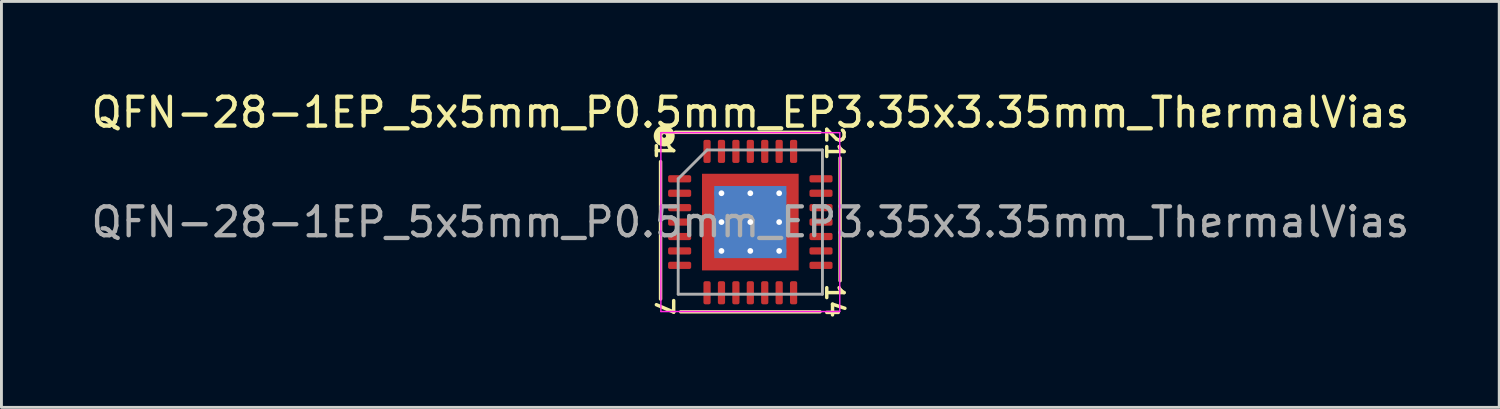
<source format=kicad_pcb>
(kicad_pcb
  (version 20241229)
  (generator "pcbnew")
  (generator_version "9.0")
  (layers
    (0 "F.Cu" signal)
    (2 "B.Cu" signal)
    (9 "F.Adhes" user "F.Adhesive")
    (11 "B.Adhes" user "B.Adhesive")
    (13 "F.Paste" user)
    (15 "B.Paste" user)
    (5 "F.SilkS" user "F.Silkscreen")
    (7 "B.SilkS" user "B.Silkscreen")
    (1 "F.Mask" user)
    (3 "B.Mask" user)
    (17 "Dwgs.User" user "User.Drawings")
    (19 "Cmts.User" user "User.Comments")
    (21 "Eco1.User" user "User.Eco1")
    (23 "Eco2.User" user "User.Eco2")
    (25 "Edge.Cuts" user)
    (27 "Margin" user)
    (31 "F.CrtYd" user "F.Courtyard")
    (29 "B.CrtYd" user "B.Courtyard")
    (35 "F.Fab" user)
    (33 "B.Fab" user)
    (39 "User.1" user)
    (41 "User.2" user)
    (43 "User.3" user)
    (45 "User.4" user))
  (footprint "QFN-28-1EP_5x5mm_P0.5mm_EP3.35x3.35mm_ThermalVias"
    (layer "F.Cu")
    (at 22.958 4.648)
    (property "Reference" "QFN-28-1EP_5x5mm_P0.5mm_EP3.35x3.35mm_ThermalVias" (at 0 -3.8 0) (layer "F.SilkS") (effects (font (size 1 1) (thickness 0.15))))
    (attr smd)
    (fp_line (start -3.111 -2.095) (end -3.111 2.667) (stroke (width 0.12) (type solid)) (layer "F.SilkS"))
    (fp_line (start -2.413 3.111) (end 2.413 3.111) (stroke (width 0.12) (type solid)) (layer "F.SilkS"))
    (fp_line (start 2.413 -3.111) (end -2.603 -3.111) (stroke (width 0.12) (type solid)) (layer "F.SilkS"))
    (fp_line (start 3.111 2.032) (end 3.111 -2.223) (stroke (width 0.12) (type solid)) (layer "F.SilkS"))
    (fp_circle (center -2.985 -2.985) (end -2.921 -2.985) (stroke (width 0.3) (type solid)) (fill no) (layer "F.SilkS"))
    (fp_line (start -3.1 -3.1) (end -3.1 3.1) (stroke (width 0.05) (type solid)) (layer "F.CrtYd"))
    (fp_line (start -3.1 3.1) (end 3.1 3.1) (stroke (width 0.05) (type solid)) (layer "F.CrtYd"))
    (fp_line (start 3.1 -3.1) (end -3.1 -3.1) (stroke (width 0.05) (type solid)) (layer "F.CrtYd"))
    (fp_line (start 3.1 3.1) (end 3.1 -3.1) (stroke (width 0.05) (type solid)) (layer "F.CrtYd"))
    (fp_line (start -2.5 -1.5) (end -1.5 -2.5) (stroke (width 0.1) (type solid)) (layer "F.Fab"))
    (fp_line (start -2.5 2.5) (end -2.5 -1.5) (stroke (width 0.1) (type solid)) (layer "F.Fab"))
    (fp_line (start -1.5 -2.5) (end 2.5 -2.5) (stroke (width 0.1) (type solid)) (layer "F.Fab"))
    (fp_line (start 2.5 -2.5) (end 2.5 2.5) (stroke (width 0.1) (type solid)) (layer "F.Fab"))
    (fp_line (start 2.5 2.5) (end -2.5 2.5) (stroke (width 0.1) (type solid)) (layer "F.Fab"))
    (fp_text user "21" (at 2.921 -2.731 270) (unlocked yes) (layer "F.SilkS") (effects (font (size 0.6 0.6) (thickness 0.12))))
    (fp_text user "14" (at 2.921 2.731 270) (unlocked yes) (layer "F.SilkS") (effects (font (size 0.6 0.6) (thickness 0.12))))
    (fp_text user "1" (at -2.985 -2.477 270) (unlocked yes) (layer "F.SilkS") (effects (font (size 0.6 0.6) (thickness 0.12))))
    (fp_text user "7" (at -2.985 2.921 270) (unlocked yes) (layer "F.SilkS") (effects (font (size 0.6 0.6) (thickness 0.12))))
    (fp_text user "${REFERENCE}" (at 0 0 0) (layer "F.Fab") (effects (font (size 1 1) (thickness 0.15))))
    (pad "" smd custom (at -1.337 -1.337) (size 0.437 0.437) (layers "F.Paste") (options (anchor circle)) (primitives (gr_poly (pts (xy 0.165 0.076) (xy 0.076 0.165) (xy -0.165 0.165) (xy -0.165 -0.165) (xy 0.165 -0.165)) (width 0.215) (fill yes))))
    (pad "" smd custom (at -1.337 -0.5) (size 0.459 0.459) (layers "F.Paste") (options (anchor circle)) (primitives (gr_poly (pts (xy 0.187 -0.247) (xy 0.187 0.247) (xy 0.116 0.318) (xy -0.187 0.318) (xy -0.187 -0.318) (xy 0.116 -0.318)) (width 0.17) (fill yes))))
    (pad "" smd custom (at -1.337 0.5) (size 0.459 0.459) (layers "F.Paste") (options (anchor circle)) (primitives (gr_poly (pts (xy 0.187 -0.247) (xy 0.187 0.247) (xy 0.116 0.318) (xy -0.187 0.318) (xy -0.187 -0.318) (xy 0.116 -0.318)) (width 0.17) (fill yes))))
    (pad "" smd custom (at -1.337 1.337) (size 0.437 0.437) (layers "F.Paste") (options (anchor circle)) (primitives (gr_poly (pts (xy 0.165 -0.076) (xy 0.165 0.165) (xy -0.165 0.165) (xy -0.165 -0.165) (xy 0.076 -0.165)) (width 0.215) (fill yes))))
    (pad "" smd custom (at -0.5 -1.337) (size 0.459 0.459) (layers "F.Paste") (options (anchor circle)) (primitives (gr_poly (pts (xy 0.318 0.116) (xy 0.247 0.187) (xy -0.247 0.187) (xy -0.318 0.116) (xy -0.318 -0.187) (xy 0.318 -0.187)) (width 0.17) (fill yes))))
    (pad "" smd roundrect (at -0.5 -0.5) (size 0.806 0.806) (layers "F.Paste") (roundrect_rratio 0.25))
    (pad "" smd roundrect (at -0.5 0.5) (size 0.806 0.806) (layers "F.Paste") (roundrect_rratio 0.25))
    (pad "" smd custom (at -0.5 1.337) (size 0.459 0.459) (layers "F.Paste") (options (anchor circle)) (primitives (gr_poly (pts (xy 0.318 -0.116) (xy 0.318 0.187) (xy -0.318 0.187) (xy -0.318 -0.116) (xy -0.247 -0.187) (xy 0.247 -0.187)) (width 0.17) (fill yes))))
    (pad "" smd custom (at 0.5 -1.337) (size 0.459 0.459) (layers "F.Paste") (options (anchor circle)) (primitives (gr_poly (pts (xy 0.318 0.116) (xy 0.247 0.187) (xy -0.247 0.187) (xy -0.318 0.116) (xy -0.318 -0.187) (xy 0.318 -0.187)) (width 0.17) (fill yes))))
    (pad "" smd roundrect (at 0.5 -0.5) (size 0.806 0.806) (layers "F.Paste") (roundrect_rratio 0.25))
    (pad "" smd roundrect (at 0.5 0.5) (size 0.806 0.806) (layers "F.Paste") (roundrect_rratio 0.25))
    (pad "" smd custom (at 0.5 1.337) (size 0.459 0.459) (layers "F.Paste") (options (anchor circle)) (primitives (gr_poly (pts (xy 0.318 -0.116) (xy 0.318 0.187) (xy -0.318 0.187) (xy -0.318 -0.116) (xy -0.247 -0.187) (xy 0.247 -0.187)) (width 0.17) (fill yes))))
    (pad "" smd custom (at 1.337 -1.337) (size 0.437 0.437) (layers "F.Paste") (options (anchor circle)) (primitives (gr_poly (pts (xy 0.165 0.165) (xy -0.076 0.165) (xy -0.165 0.076) (xy -0.165 -0.165) (xy 0.165 -0.165)) (width 0.215) (fill yes))))
    (pad "" smd custom (at 1.337 -0.5) (size 0.459 0.459) (layers "F.Paste") (options (anchor circle)) (primitives (gr_poly (pts (xy 0.187 0.318) (xy -0.116 0.318) (xy -0.187 0.247) (xy -0.187 -0.247) (xy -0.116 -0.318) (xy 0.187 -0.318)) (width 0.17) (fill yes))))
    (pad "" smd custom (at 1.337 0.5) (size 0.459 0.459) (layers "F.Paste") (options (anchor circle)) (primitives (gr_poly (pts (xy 0.187 0.318) (xy -0.116 0.318) (xy -0.187 0.247) (xy -0.187 -0.247) (xy -0.116 -0.318) (xy 0.187 -0.318)) (width 0.17) (fill yes))))
    (pad "" smd custom (at 1.337 1.337) (size 0.437 0.437) (layers "F.Paste") (options (anchor circle)) (primitives (gr_poly (pts (xy 0.165 0.165) (xy -0.165 0.165) (xy -0.165 -0.076) (xy -0.076 -0.165) (xy 0.165 -0.165)) (width 0.215) (fill yes))))
    (pad "1" smd roundrect (at -2.45 -1.5) (size 0.8 0.25) (layers "F.Cu" "F.Mask" "F.Paste") (roundrect_rratio 0.25))
    (pad "2" smd roundrect (at -2.45 -1) (size 0.8 0.25) (layers "F.Cu" "F.Mask" "F.Paste") (roundrect_rratio 0.25))
    (pad "3" smd roundrect (at -2.45 -0.5) (size 0.8 0.25) (layers "F.Cu" "F.Mask" "F.Paste") (roundrect_rratio 0.25))
    (pad "4" smd roundrect (at -2.45 0) (size 0.8 0.25) (layers "F.Cu" "F.Mask" "F.Paste") (roundrect_rratio 0.25))
    (pad "5" smd roundrect (at -2.45 0.5) (size 0.8 0.25) (layers "F.Cu" "F.Mask" "F.Paste") (roundrect_rratio 0.25))
    (pad "6" smd roundrect (at -2.45 1) (size 0.8 0.25) (layers "F.Cu" "F.Mask" "F.Paste") (roundrect_rratio 0.25))
    (pad "7" smd roundrect (at -2.45 1.5) (size 0.8 0.25) (layers "F.Cu" "F.Mask" "F.Paste") (roundrect_rratio 0.25))
    (pad "8" smd roundrect (at -1.5 2.45) (size 0.25 0.8) (layers "F.Cu" "F.Mask" "F.Paste") (roundrect_rratio 0.25))
    (pad "9" smd roundrect (at -1 2.45) (size 0.25 0.8) (layers "F.Cu" "F.Mask" "F.Paste") (roundrect_rratio 0.25))
    (pad "10" smd roundrect (at -0.5 2.45) (size 0.25 0.8) (layers "F.Cu" "F.Mask" "F.Paste") (roundrect_rratio 0.25))
    (pad "11" smd roundrect (at 0 2.45) (size 0.25 0.8) (layers "F.Cu" "F.Mask" "F.Paste") (roundrect_rratio 0.25))
    (pad "12" smd roundrect (at 0.5 2.45) (size 0.25 0.8) (layers "F.Cu" "F.Mask" "F.Paste") (roundrect_rratio 0.25))
    (pad "13" smd roundrect (at 1 2.45) (size 0.25 0.8) (layers "F.Cu" "F.Mask" "F.Paste") (roundrect_rratio 0.25))
    (pad "14" smd roundrect (at 1.5 2.45) (size 0.25 0.8) (layers "F.Cu" "F.Mask" "F.Paste") (roundrect_rratio 0.25))
    (pad "15" smd roundrect (at 2.45 1.5) (size 0.8 0.25) (layers "F.Cu" "F.Mask" "F.Paste") (roundrect_rratio 0.25))
    (pad "16" smd roundrect (at 2.45 1) (size 0.8 0.25) (layers "F.Cu" "F.Mask" "F.Paste") (roundrect_rratio 0.25))
    (pad "17" smd roundrect (at 2.45 0.5) (size 0.8 0.25) (layers "F.Cu" "F.Mask" "F.Paste") (roundrect_rratio 0.25))
    (pad "18" smd roundrect (at 2.45 0) (size 0.8 0.25) (layers "F.Cu" "F.Mask" "F.Paste") (roundrect_rratio 0.25))
    (pad "19" smd roundrect (at 2.45 -0.5) (size 0.8 0.25) (layers "F.Cu" "F.Mask" "F.Paste") (roundrect_rratio 0.25))
    (pad "20" smd roundrect (at 2.45 -1) (size 0.8 0.25) (layers "F.Cu" "F.Mask" "F.Paste") (roundrect_rratio 0.25))
    (pad "21" smd roundrect (at 2.45 -1.5) (size 0.8 0.25) (layers "F.Cu" "F.Mask" "F.Paste") (roundrect_rratio 0.25))
    (pad "22" smd roundrect (at 1.5 -2.45) (size 0.25 0.8) (layers "F.Cu" "F.Mask" "F.Paste") (roundrect_rratio 0.25))
    (pad "23" smd roundrect (at 1 -2.45) (size 0.25 0.8) (layers "F.Cu" "F.Mask" "F.Paste") (roundrect_rratio 0.25))
    (pad "24" smd roundrect (at 0.5 -2.45) (size 0.25 0.8) (layers "F.Cu" "F.Mask" "F.Paste") (roundrect_rratio 0.25))
    (pad "25" smd roundrect (at 0 -2.45) (size 0.25 0.8) (layers "F.Cu" "F.Mask" "F.Paste") (roundrect_rratio 0.25))
    (pad "26" smd roundrect (at -0.5 -2.45) (size 0.25 0.8) (layers "F.Cu" "F.Mask" "F.Paste") (roundrect_rratio 0.25))
    (pad "27" smd roundrect (at -1 -2.45) (size 0.25 0.8) (layers "F.Cu" "F.Mask" "F.Paste") (roundrect_rratio 0.25))
    (pad "28" smd roundrect (at -1.5 -2.45) (size 0.25 0.8) (layers "F.Cu" "F.Mask" "F.Paste") (roundrect_rratio 0.25))
    (pad "29" thru_hole circle (at -1 -1) (size 0.5 0.5) (drill 0.2) (layers "*.Cu"))
    (pad "29" thru_hole circle (at -1 0) (size 0.5 0.5) (drill 0.2) (layers "*.Cu"))
    (pad "29" thru_hole circle (at -1 1) (size 0.5 0.5) (drill 0.2) (layers "*.Cu"))
    (pad "29" thru_hole circle (at 0 -1) (size 0.5 0.5) (drill 0.2) (layers "*.Cu"))
    (pad "29" thru_hole circle (at 0 0) (size 0.5 0.5) (drill 0.2) (layers "*.Cu"))
    (pad "29" smd rect (at 0 0) (size 2.5 2.5) (layers "B.Cu" "B.Mask"))
    (pad "29" smd rect (at 0 0) (size 3.35 3.35) (layers "F.Cu" "F.Mask"))
    (pad "29" thru_hole circle (at 0 1) (size 0.5 0.5) (drill 0.2) (layers "*.Cu"))
    (pad "29" thru_hole circle (at 1 -1) (size 0.5 0.5) (drill 0.2) (layers "*.Cu"))
    (pad "29" thru_hole circle (at 1 0) (size 0.5 0.5) (drill 0.2) (layers "*.Cu"))
    (pad "29" thru_hole circle (at 1 1) (size 0.5 0.5) (drill 0.2) (layers "*.Cu")))
  (gr_rect
    (start -3 -3)
    (end 48.917 11.07)
    (stroke (width 0.1) (type default))
    (fill no)
    (layer "Edge.Cuts")))
</source>
